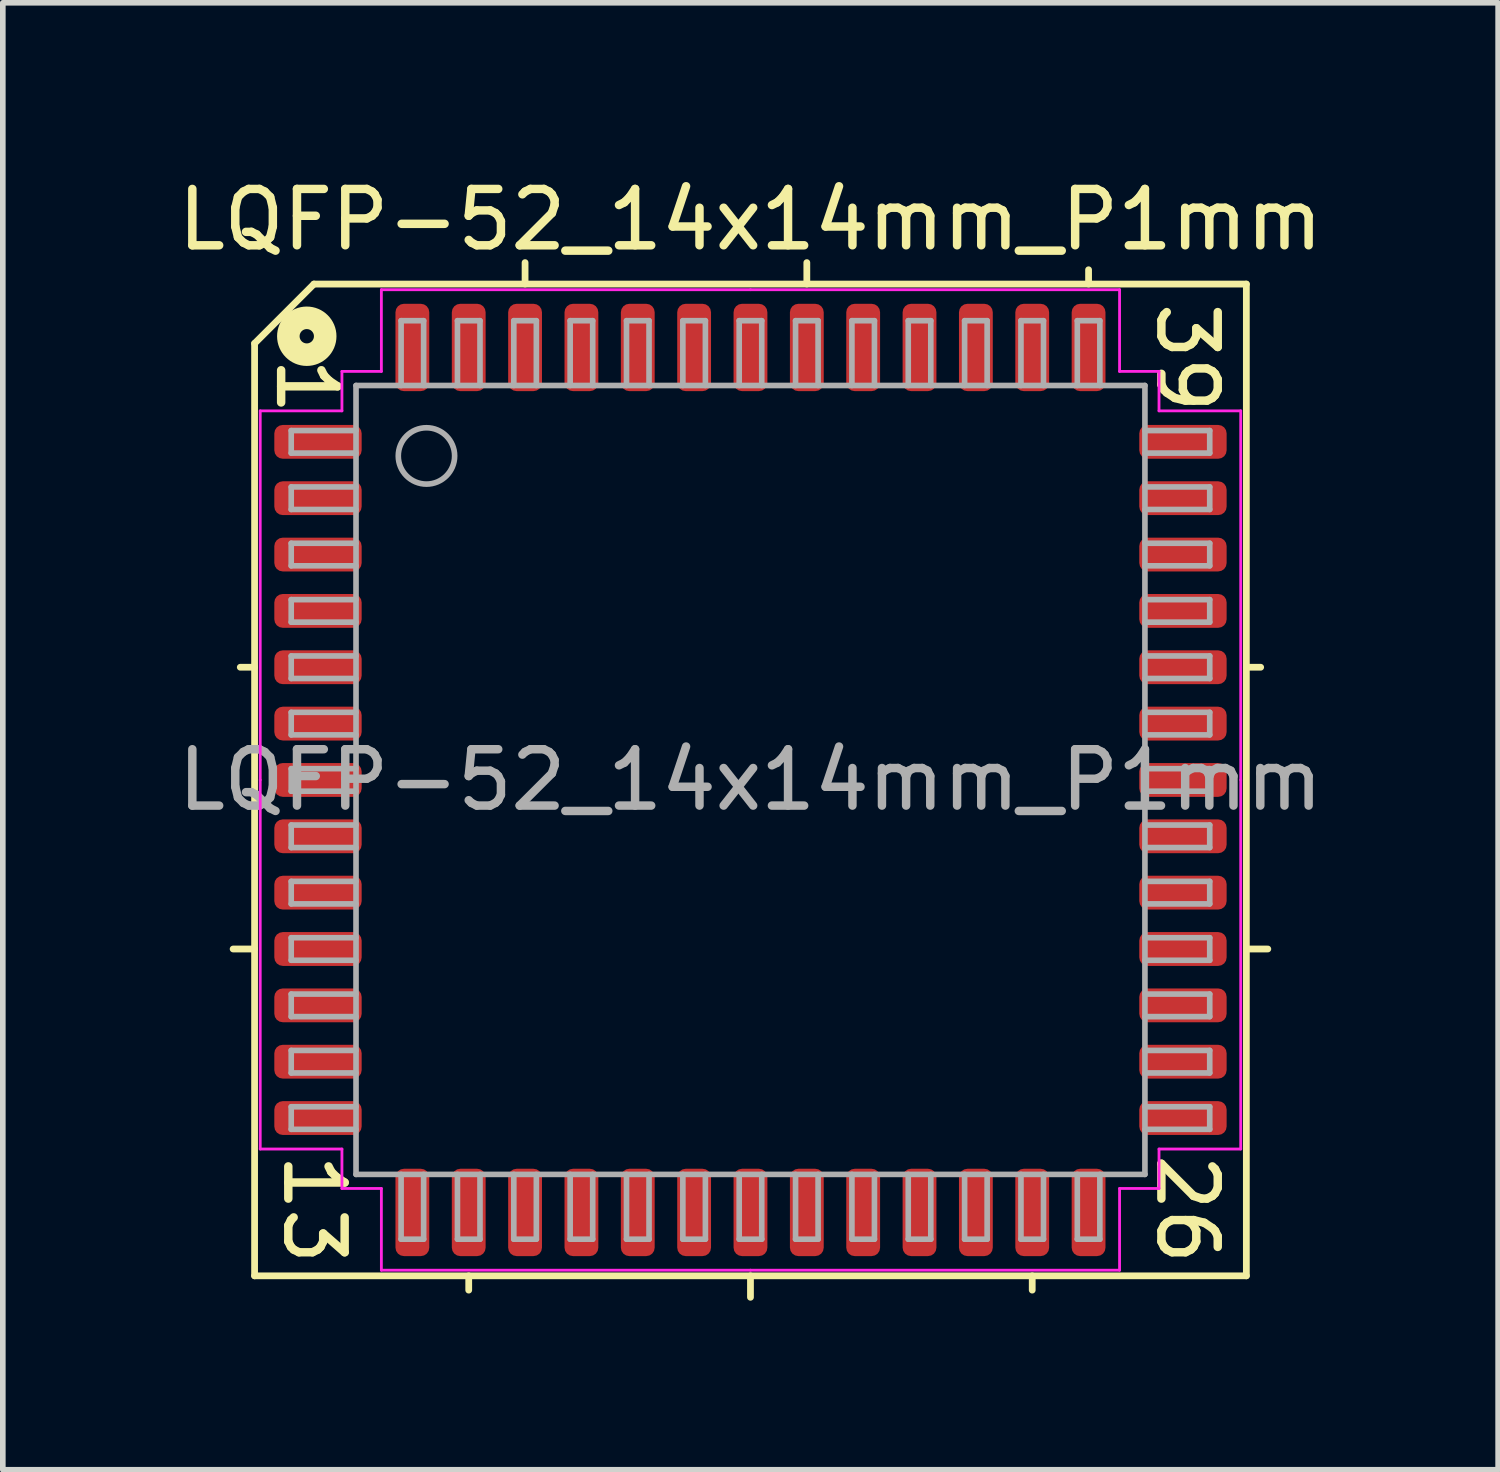
<source format=kicad_pcb>
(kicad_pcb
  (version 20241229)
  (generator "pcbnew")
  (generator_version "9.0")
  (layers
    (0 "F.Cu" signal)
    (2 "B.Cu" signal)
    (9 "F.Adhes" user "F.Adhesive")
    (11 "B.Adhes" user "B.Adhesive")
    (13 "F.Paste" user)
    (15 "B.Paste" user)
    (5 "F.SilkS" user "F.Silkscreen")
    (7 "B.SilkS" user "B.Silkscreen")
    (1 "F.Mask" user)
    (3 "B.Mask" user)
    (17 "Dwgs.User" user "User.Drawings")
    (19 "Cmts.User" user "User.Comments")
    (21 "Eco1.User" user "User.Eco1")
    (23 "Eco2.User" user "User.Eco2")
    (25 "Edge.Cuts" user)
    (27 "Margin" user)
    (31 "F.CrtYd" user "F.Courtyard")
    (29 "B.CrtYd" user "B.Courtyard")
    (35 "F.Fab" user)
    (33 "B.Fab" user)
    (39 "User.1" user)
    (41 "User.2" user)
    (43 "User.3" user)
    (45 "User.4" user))
  (footprint "LQFP-52_14x14mm_P1mm"
    (layer "F.Cu")
    (at 10.268 10.791)
    (property "Reference" "LQFP-52_14x14mm_P1mm" (at 0 -9.943 0) (layer "F.SilkS") (effects (font (size 1 1) (thickness 0.15))))
    (attr smd)
    (fp_line (start -8.8 -7.747) (end -8.8 8.8) (stroke (width 0.12) (type solid)) (layer "F.SilkS"))
    (fp_line (start -8.8 -2) (end -9.054 -2) (stroke (width 0.12) (type solid)) (layer "F.SilkS"))
    (fp_line (start -8.8 3) (end -9.181 3) (stroke (width 0.12) (type solid)) (layer "F.SilkS"))
    (fp_line (start -8.8 8.8) (end 8.8 8.8) (stroke (width 0.12) (type solid)) (layer "F.SilkS"))
    (fp_line (start -7.747 -8.8) (end -8.8 -7.747) (stroke (width 0.12) (type solid)) (layer "F.SilkS"))
    (fp_line (start -5 8.8) (end -5 9.054) (stroke (width 0.12) (type solid)) (layer "F.SilkS"))
    (fp_line (start -4 -8.8) (end -4 -9.181) (stroke (width 0.12) (type solid)) (layer "F.SilkS"))
    (fp_line (start 0 8.8) (end 0 9.181) (stroke (width 0.12) (type solid)) (layer "F.SilkS"))
    (fp_line (start 1 -9.181) (end 1 -8.8) (stroke (width 0.12) (type solid)) (layer "F.SilkS"))
    (fp_line (start 5 8.8) (end 5 9.054) (stroke (width 0.12) (type solid)) (layer "F.SilkS"))
    (fp_line (start 6 -8.8) (end 6 -9.054) (stroke (width 0.12) (type solid)) (layer "F.SilkS"))
    (fp_line (start 8.8 -8.8) (end -7.747 -8.8) (stroke (width 0.12) (type solid)) (layer "F.SilkS"))
    (fp_line (start 8.8 -2) (end 9.054 -2) (stroke (width 0.12) (type solid)) (layer "F.SilkS"))
    (fp_line (start 8.8 3) (end 9.181 3) (stroke (width 0.12) (type solid)) (layer "F.SilkS"))
    (fp_line (start 8.8 8.8) (end 8.8 -8.8) (stroke (width 0.12) (type solid)) (layer "F.SilkS"))
    (fp_circle (center -7.874 -7.874) (end -7.747 -7.874) (stroke (width 0.4) (type solid)) (fill no) (layer "F.SilkS"))
    (fp_line (start -8.7 -6.55) (end -8.7 0) (stroke (width 0.05) (type solid)) (layer "F.CrtYd"))
    (fp_line (start -8.7 6.55) (end -8.7 0) (stroke (width 0.05) (type solid)) (layer "F.CrtYd"))
    (fp_line (start -7.25 -7.25) (end -7.25 -6.55) (stroke (width 0.05) (type solid)) (layer "F.CrtYd"))
    (fp_line (start -7.25 -6.55) (end -8.7 -6.55) (stroke (width 0.05) (type solid)) (layer "F.CrtYd"))
    (fp_line (start -7.25 6.55) (end -8.7 6.55) (stroke (width 0.05) (type solid)) (layer "F.CrtYd"))
    (fp_line (start -7.25 7.25) (end -7.25 6.55) (stroke (width 0.05) (type solid)) (layer "F.CrtYd"))
    (fp_line (start -6.55 -8.7) (end -6.55 -7.25) (stroke (width 0.05) (type solid)) (layer "F.CrtYd"))
    (fp_line (start -6.55 -7.25) (end -7.25 -7.25) (stroke (width 0.05) (type solid)) (layer "F.CrtYd"))
    (fp_line (start -6.55 7.25) (end -7.25 7.25) (stroke (width 0.05) (type solid)) (layer "F.CrtYd"))
    (fp_line (start -6.55 8.7) (end -6.55 7.25) (stroke (width 0.05) (type solid)) (layer "F.CrtYd"))
    (fp_line (start 0 -8.7) (end -6.55 -8.7) (stroke (width 0.05) (type solid)) (layer "F.CrtYd"))
    (fp_line (start 0 -8.7) (end 6.55 -8.7) (stroke (width 0.05) (type solid)) (layer "F.CrtYd"))
    (fp_line (start 0 8.7) (end -6.55 8.7) (stroke (width 0.05) (type solid)) (layer "F.CrtYd"))
    (fp_line (start 0 8.7) (end 6.55 8.7) (stroke (width 0.05) (type solid)) (layer "F.CrtYd"))
    (fp_line (start 6.55 -8.7) (end 6.55 -7.25) (stroke (width 0.05) (type solid)) (layer "F.CrtYd"))
    (fp_line (start 6.55 -7.25) (end 7.25 -7.25) (stroke (width 0.05) (type solid)) (layer "F.CrtYd"))
    (fp_line (start 6.55 7.25) (end 7.25 7.25) (stroke (width 0.05) (type solid)) (layer "F.CrtYd"))
    (fp_line (start 6.55 8.7) (end 6.55 7.25) (stroke (width 0.05) (type solid)) (layer "F.CrtYd"))
    (fp_line (start 7.25 -7.25) (end 7.25 -6.55) (stroke (width 0.05) (type solid)) (layer "F.CrtYd"))
    (fp_line (start 7.25 -6.55) (end 8.7 -6.55) (stroke (width 0.05) (type solid)) (layer "F.CrtYd"))
    (fp_line (start 7.25 6.55) (end 8.7 6.55) (stroke (width 0.05) (type solid)) (layer "F.CrtYd"))
    (fp_line (start 7.25 7.25) (end 7.25 6.55) (stroke (width 0.05) (type solid)) (layer "F.CrtYd"))
    (fp_line (start 8.7 -6.55) (end 8.7 0) (stroke (width 0.05) (type solid)) (layer "F.CrtYd"))
    (fp_line (start 8.7 6.55) (end 8.7 0) (stroke (width 0.05) (type solid)) (layer "F.CrtYd"))
    (fp_line (start -8.15 -6.2) (end -8.15 -5.8) (stroke (width 0.1) (type solid)) (layer "F.Fab"))
    (fp_line (start -8.15 -6.2) (end -7 -6.2) (stroke (width 0.1) (type solid)) (layer "F.Fab"))
    (fp_line (start -8.15 -5.8) (end -7 -5.8) (stroke (width 0.1) (type solid)) (layer "F.Fab"))
    (fp_line (start -8.15 -5.2) (end -8.15 -4.8) (stroke (width 0.1) (type solid)) (layer "F.Fab"))
    (fp_line (start -8.15 -5.2) (end -7 -5.2) (stroke (width 0.1) (type solid)) (layer "F.Fab"))
    (fp_line (start -8.15 -4.8) (end -7 -4.8) (stroke (width 0.1) (type solid)) (layer "F.Fab"))
    (fp_line (start -8.15 -4.2) (end -8.15 -3.8) (stroke (width 0.1) (type solid)) (layer "F.Fab"))
    (fp_line (start -8.15 -4.2) (end -7 -4.2) (stroke (width 0.1) (type solid)) (layer "F.Fab"))
    (fp_line (start -8.15 -3.8) (end -7 -3.8) (stroke (width 0.1) (type solid)) (layer "F.Fab"))
    (fp_line (start -8.15 -3.2) (end -8.15 -2.8) (stroke (width 0.1) (type solid)) (layer "F.Fab"))
    (fp_line (start -8.15 -3.2) (end -7 -3.2) (stroke (width 0.1) (type solid)) (layer "F.Fab"))
    (fp_line (start -8.15 -2.8) (end -7 -2.8) (stroke (width 0.1) (type solid)) (layer "F.Fab"))
    (fp_line (start -8.15 -2.2) (end -8.15 -1.8) (stroke (width 0.1) (type solid)) (layer "F.Fab"))
    (fp_line (start -8.15 -2.2) (end -7 -2.2) (stroke (width 0.1) (type solid)) (layer "F.Fab"))
    (fp_line (start -8.15 -1.8) (end -7 -1.8) (stroke (width 0.1) (type solid)) (layer "F.Fab"))
    (fp_line (start -8.15 -1.2) (end -8.15 -0.8) (stroke (width 0.1) (type solid)) (layer "F.Fab"))
    (fp_line (start -8.15 -1.2) (end -7 -1.2) (stroke (width 0.1) (type solid)) (layer "F.Fab"))
    (fp_line (start -8.15 -0.8) (end -7 -0.8) (stroke (width 0.1) (type solid)) (layer "F.Fab"))
    (fp_line (start -8.15 -0.2) (end -8.15 0.2) (stroke (width 0.1) (type solid)) (layer "F.Fab"))
    (fp_line (start -8.15 -0.2) (end -7 -0.2) (stroke (width 0.1) (type solid)) (layer "F.Fab"))
    (fp_line (start -8.15 0.2) (end -7 0.2) (stroke (width 0.1) (type solid)) (layer "F.Fab"))
    (fp_line (start -8.15 0.8) (end -8.15 1.2) (stroke (width 0.1) (type solid)) (layer "F.Fab"))
    (fp_line (start -8.15 0.8) (end -7 0.8) (stroke (width 0.1) (type solid)) (layer "F.Fab"))
    (fp_line (start -8.15 1.2) (end -7 1.2) (stroke (width 0.1) (type solid)) (layer "F.Fab"))
    (fp_line (start -8.15 1.8) (end -8.15 2.2) (stroke (width 0.1) (type solid)) (layer "F.Fab"))
    (fp_line (start -8.15 1.8) (end -7 1.8) (stroke (width 0.1) (type solid)) (layer "F.Fab"))
    (fp_line (start -8.15 2.2) (end -7 2.2) (stroke (width 0.1) (type solid)) (layer "F.Fab"))
    (fp_line (start -8.15 2.8) (end -8.15 3.2) (stroke (width 0.1) (type solid)) (layer "F.Fab"))
    (fp_line (start -8.15 2.8) (end -7 2.8) (stroke (width 0.1) (type solid)) (layer "F.Fab"))
    (fp_line (start -8.15 3.2) (end -7 3.2) (stroke (width 0.1) (type solid)) (layer "F.Fab"))
    (fp_line (start -8.15 3.8) (end -8.15 4.2) (stroke (width 0.1) (type solid)) (layer "F.Fab"))
    (fp_line (start -8.15 3.8) (end -7 3.8) (stroke (width 0.1) (type solid)) (layer "F.Fab"))
    (fp_line (start -8.15 4.2) (end -7 4.2) (stroke (width 0.1) (type solid)) (layer "F.Fab"))
    (fp_line (start -8.15 4.8) (end -8.15 5.2) (stroke (width 0.1) (type solid)) (layer "F.Fab"))
    (fp_line (start -8.15 4.8) (end -7 4.8) (stroke (width 0.1) (type solid)) (layer "F.Fab"))
    (fp_line (start -8.15 5.2) (end -7 5.2) (stroke (width 0.1) (type solid)) (layer "F.Fab"))
    (fp_line (start -8.15 5.8) (end -8.15 6.2) (stroke (width 0.1) (type solid)) (layer "F.Fab"))
    (fp_line (start -8.15 5.8) (end -7 5.8) (stroke (width 0.1) (type solid)) (layer "F.Fab"))
    (fp_line (start -8.15 6.2) (end -7 6.2) (stroke (width 0.1) (type solid)) (layer "F.Fab"))
    (fp_line (start -7 -7) (end 7 -7) (stroke (width 0.1) (type solid)) (layer "F.Fab"))
    (fp_line (start -7 7) (end -7 -7) (stroke (width 0.1) (type solid)) (layer "F.Fab"))
    (fp_line (start -6.2 -8.15) (end -6.2 -7) (stroke (width 0.1) (type solid)) (layer "F.Fab"))
    (fp_line (start -6.2 8.15) (end -6.2 7) (stroke (width 0.1) (type solid)) (layer "F.Fab"))
    (fp_line (start -6.2 8.15) (end -5.8 8.15) (stroke (width 0.1) (type solid)) (layer "F.Fab"))
    (fp_line (start -5.8 -8.15) (end -6.2 -8.15) (stroke (width 0.1) (type solid)) (layer "F.Fab"))
    (fp_line (start -5.8 -8.15) (end -5.8 -7) (stroke (width 0.1) (type solid)) (layer "F.Fab"))
    (fp_line (start -5.8 8.15) (end -5.8 7) (stroke (width 0.1) (type solid)) (layer "F.Fab"))
    (fp_line (start -5.2 -8.15) (end -5.2 -7) (stroke (width 0.1) (type solid)) (layer "F.Fab"))
    (fp_line (start -5.2 8.15) (end -5.2 7) (stroke (width 0.1) (type solid)) (layer "F.Fab"))
    (fp_line (start -5.2 8.15) (end -4.8 8.15) (stroke (width 0.1) (type solid)) (layer "F.Fab"))
    (fp_line (start -4.8 -8.15) (end -5.2 -8.15) (stroke (width 0.1) (type solid)) (layer "F.Fab"))
    (fp_line (start -4.8 -8.15) (end -4.8 -7) (stroke (width 0.1) (type solid)) (layer "F.Fab"))
    (fp_line (start -4.8 8.15) (end -4.8 7) (stroke (width 0.1) (type solid)) (layer "F.Fab"))
    (fp_line (start -4.2 -8.15) (end -4.2 -7) (stroke (width 0.1) (type solid)) (layer "F.Fab"))
    (fp_line (start -4.2 8.15) (end -4.2 7) (stroke (width 0.1) (type solid)) (layer "F.Fab"))
    (fp_line (start -4.2 8.15) (end -3.8 8.15) (stroke (width 0.1) (type solid)) (layer "F.Fab"))
    (fp_line (start -3.8 -8.15) (end -4.2 -8.15) (stroke (width 0.1) (type solid)) (layer "F.Fab"))
    (fp_line (start -3.8 -8.15) (end -3.8 -7) (stroke (width 0.1) (type solid)) (layer "F.Fab"))
    (fp_line (start -3.8 8.15) (end -3.8 7) (stroke (width 0.1) (type solid)) (layer "F.Fab"))
    (fp_line (start -3.2 -8.15) (end -3.2 -7) (stroke (width 0.1) (type solid)) (layer "F.Fab"))
    (fp_line (start -3.2 8.15) (end -3.2 7) (stroke (width 0.1) (type solid)) (layer "F.Fab"))
    (fp_line (start -3.2 8.15) (end -2.8 8.15) (stroke (width 0.1) (type solid)) (layer "F.Fab"))
    (fp_line (start -2.8 -8.15) (end -3.2 -8.15) (stroke (width 0.1) (type solid)) (layer "F.Fab"))
    (fp_line (start -2.8 -8.15) (end -2.8 -7) (stroke (width 0.1) (type solid)) (layer "F.Fab"))
    (fp_line (start -2.8 8.15) (end -2.8 7) (stroke (width 0.1) (type solid)) (layer "F.Fab"))
    (fp_line (start -2.2 -8.15) (end -2.2 -7) (stroke (width 0.1) (type solid)) (layer "F.Fab"))
    (fp_line (start -2.2 8.15) (end -2.2 7) (stroke (width 0.1) (type solid)) (layer "F.Fab"))
    (fp_line (start -2.2 8.15) (end -1.8 8.15) (stroke (width 0.1) (type solid)) (layer "F.Fab"))
    (fp_line (start -1.8 -8.15) (end -2.2 -8.15) (stroke (width 0.1) (type solid)) (layer "F.Fab"))
    (fp_line (start -1.8 -8.15) (end -1.8 -7) (stroke (width 0.1) (type solid)) (layer "F.Fab"))
    (fp_line (start -1.8 8.15) (end -1.8 7) (stroke (width 0.1) (type solid)) (layer "F.Fab"))
    (fp_line (start -1.2 -8.15) (end -1.2 -7) (stroke (width 0.1) (type solid)) (layer "F.Fab"))
    (fp_line (start -1.2 8.15) (end -1.2 7) (stroke (width 0.1) (type solid)) (layer "F.Fab"))
    (fp_line (start -1.2 8.15) (end -0.8 8.15) (stroke (width 0.1) (type solid)) (layer "F.Fab"))
    (fp_line (start -0.8 -8.15) (end -1.2 -8.15) (stroke (width 0.1) (type solid)) (layer "F.Fab"))
    (fp_line (start -0.8 -8.15) (end -0.8 -7) (stroke (width 0.1) (type solid)) (layer "F.Fab"))
    (fp_line (start -0.8 8.15) (end -0.8 7) (stroke (width 0.1) (type solid)) (layer "F.Fab"))
    (fp_line (start -0.2 -8.15) (end -0.2 -7) (stroke (width 0.1) (type solid)) (layer "F.Fab"))
    (fp_line (start -0.2 8.15) (end -0.2 7) (stroke (width 0.1) (type solid)) (layer "F.Fab"))
    (fp_line (start -0.2 8.15) (end 0.2 8.15) (stroke (width 0.1) (type solid)) (layer "F.Fab"))
    (fp_line (start 0.2 -8.15) (end -0.2 -8.15) (stroke (width 0.1) (type solid)) (layer "F.Fab"))
    (fp_line (start 0.2 -8.15) (end 0.2 -7) (stroke (width 0.1) (type solid)) (layer "F.Fab"))
    (fp_line (start 0.2 8.15) (end 0.2 7) (stroke (width 0.1) (type solid)) (layer "F.Fab"))
    (fp_line (start 0.8 -8.15) (end 0.8 -7) (stroke (width 0.1) (type solid)) (layer "F.Fab"))
    (fp_line (start 0.8 8.15) (end 0.8 7) (stroke (width 0.1) (type solid)) (layer "F.Fab"))
    (fp_line (start 0.8 8.15) (end 1.2 8.15) (stroke (width 0.1) (type solid)) (layer "F.Fab"))
    (fp_line (start 1.2 -8.15) (end 0.8 -8.15) (stroke (width 0.1) (type solid)) (layer "F.Fab"))
    (fp_line (start 1.2 -8.15) (end 1.2 -7) (stroke (width 0.1) (type solid)) (layer "F.Fab"))
    (fp_line (start 1.2 8.15) (end 1.2 7) (stroke (width 0.1) (type solid)) (layer "F.Fab"))
    (fp_line (start 1.8 -8.15) (end 1.8 -7) (stroke (width 0.1) (type solid)) (layer "F.Fab"))
    (fp_line (start 1.8 8.15) (end 1.8 7) (stroke (width 0.1) (type solid)) (layer "F.Fab"))
    (fp_line (start 1.8 8.15) (end 2.2 8.15) (stroke (width 0.1) (type solid)) (layer "F.Fab"))
    (fp_line (start 2.2 -8.15) (end 1.8 -8.15) (stroke (width 0.1) (type solid)) (layer "F.Fab"))
    (fp_line (start 2.2 -8.15) (end 2.2 -7) (stroke (width 0.1) (type solid)) (layer "F.Fab"))
    (fp_line (start 2.2 8.15) (end 2.2 7) (stroke (width 0.1) (type solid)) (layer "F.Fab"))
    (fp_line (start 2.8 -8.15) (end 2.8 -7) (stroke (width 0.1) (type solid)) (layer "F.Fab"))
    (fp_line (start 2.8 8.15) (end 2.8 7) (stroke (width 0.1) (type solid)) (layer "F.Fab"))
    (fp_line (start 2.8 8.15) (end 3.2 8.15) (stroke (width 0.1) (type solid)) (layer "F.Fab"))
    (fp_line (start 3.2 -8.15) (end 2.8 -8.15) (stroke (width 0.1) (type solid)) (layer "F.Fab"))
    (fp_line (start 3.2 -8.15) (end 3.2 -7) (stroke (width 0.1) (type solid)) (layer "F.Fab"))
    (fp_line (start 3.2 8.15) (end 3.2 7) (stroke (width 0.1) (type solid)) (layer "F.Fab"))
    (fp_line (start 3.8 -8.15) (end 3.8 -7) (stroke (width 0.1) (type solid)) (layer "F.Fab"))
    (fp_line (start 3.8 8.15) (end 3.8 7) (stroke (width 0.1) (type solid)) (layer "F.Fab"))
    (fp_line (start 3.8 8.15) (end 4.2 8.15) (stroke (width 0.1) (type solid)) (layer "F.Fab"))
    (fp_line (start 4.2 -8.15) (end 3.8 -8.15) (stroke (width 0.1) (type solid)) (layer "F.Fab"))
    (fp_line (start 4.2 -8.15) (end 4.2 -7) (stroke (width 0.1) (type solid)) (layer "F.Fab"))
    (fp_line (start 4.2 8.15) (end 4.2 7) (stroke (width 0.1) (type solid)) (layer "F.Fab"))
    (fp_line (start 4.8 -8.15) (end 4.8 -7) (stroke (width 0.1) (type solid)) (layer "F.Fab"))
    (fp_line (start 4.8 8.15) (end 4.8 7) (stroke (width 0.1) (type solid)) (layer "F.Fab"))
    (fp_line (start 4.8 8.15) (end 5.2 8.15) (stroke (width 0.1) (type solid)) (layer "F.Fab"))
    (fp_line (start 5.2 -8.15) (end 4.8 -8.15) (stroke (width 0.1) (type solid)) (layer "F.Fab"))
    (fp_line (start 5.2 -8.15) (end 5.2 -7) (stroke (width 0.1) (type solid)) (layer "F.Fab"))
    (fp_line (start 5.2 8.15) (end 5.2 7) (stroke (width 0.1) (type solid)) (layer "F.Fab"))
    (fp_line (start 5.8 -8.15) (end 5.8 -7) (stroke (width 0.1) (type solid)) (layer "F.Fab"))
    (fp_line (start 5.8 8.15) (end 5.8 7) (stroke (width 0.1) (type solid)) (layer "F.Fab"))
    (fp_line (start 5.8 8.15) (end 6.2 8.15) (stroke (width 0.1) (type solid)) (layer "F.Fab"))
    (fp_line (start 6.2 -8.15) (end 5.8 -8.15) (stroke (width 0.1) (type solid)) (layer "F.Fab"))
    (fp_line (start 6.2 -8.15) (end 6.2 -7) (stroke (width 0.1) (type solid)) (layer "F.Fab"))
    (fp_line (start 6.2 8.15) (end 6.2 7) (stroke (width 0.1) (type solid)) (layer "F.Fab"))
    (fp_line (start 7 -7) (end 7 7) (stroke (width 0.1) (type solid)) (layer "F.Fab"))
    (fp_line (start 7 7) (end -7 7) (stroke (width 0.1) (type solid)) (layer "F.Fab"))
    (fp_line (start 8.15 -6.2) (end 7 -6.2) (stroke (width 0.1) (type solid)) (layer "F.Fab"))
    (fp_line (start 8.15 -5.8) (end 7 -5.8) (stroke (width 0.1) (type solid)) (layer "F.Fab"))
    (fp_line (start 8.15 -5.8) (end 8.15 -6.2) (stroke (width 0.1) (type solid)) (layer "F.Fab"))
    (fp_line (start 8.15 -5.2) (end 7 -5.2) (stroke (width 0.1) (type solid)) (layer "F.Fab"))
    (fp_line (start 8.15 -4.8) (end 7 -4.8) (stroke (width 0.1) (type solid)) (layer "F.Fab"))
    (fp_line (start 8.15 -4.8) (end 8.15 -5.2) (stroke (width 0.1) (type solid)) (layer "F.Fab"))
    (fp_line (start 8.15 -4.2) (end 7 -4.2) (stroke (width 0.1) (type solid)) (layer "F.Fab"))
    (fp_line (start 8.15 -3.8) (end 7 -3.8) (stroke (width 0.1) (type solid)) (layer "F.Fab"))
    (fp_line (start 8.15 -3.8) (end 8.15 -4.2) (stroke (width 0.1) (type solid)) (layer "F.Fab"))
    (fp_line (start 8.15 -3.2) (end 7 -3.2) (stroke (width 0.1) (type solid)) (layer "F.Fab"))
    (fp_line (start 8.15 -2.8) (end 7 -2.8) (stroke (width 0.1) (type solid)) (layer "F.Fab"))
    (fp_line (start 8.15 -2.8) (end 8.15 -3.2) (stroke (width 0.1) (type solid)) (layer "F.Fab"))
    (fp_line (start 8.15 -2.2) (end 7 -2.2) (stroke (width 0.1) (type solid)) (layer "F.Fab"))
    (fp_line (start 8.15 -1.8) (end 7 -1.8) (stroke (width 0.1) (type solid)) (layer "F.Fab"))
    (fp_line (start 8.15 -1.8) (end 8.15 -2.2) (stroke (width 0.1) (type solid)) (layer "F.Fab"))
    (fp_line (start 8.15 -1.2) (end 7 -1.2) (stroke (width 0.1) (type solid)) (layer "F.Fab"))
    (fp_line (start 8.15 -0.8) (end 7 -0.8) (stroke (width 0.1) (type solid)) (layer "F.Fab"))
    (fp_line (start 8.15 -0.8) (end 8.15 -1.2) (stroke (width 0.1) (type solid)) (layer "F.Fab"))
    (fp_line (start 8.15 -0.2) (end 7 -0.2) (stroke (width 0.1) (type solid)) (layer "F.Fab"))
    (fp_line (start 8.15 0.2) (end 7 0.2) (stroke (width 0.1) (type solid)) (layer "F.Fab"))
    (fp_line (start 8.15 0.2) (end 8.15 -0.2) (stroke (width 0.1) (type solid)) (layer "F.Fab"))
    (fp_line (start 8.15 0.8) (end 7 0.8) (stroke (width 0.1) (type solid)) (layer "F.Fab"))
    (fp_line (start 8.15 1.2) (end 7 1.2) (stroke (width 0.1) (type solid)) (layer "F.Fab"))
    (fp_line (start 8.15 1.2) (end 8.15 0.8) (stroke (width 0.1) (type solid)) (layer "F.Fab"))
    (fp_line (start 8.15 1.8) (end 7 1.8) (stroke (width 0.1) (type solid)) (layer "F.Fab"))
    (fp_line (start 8.15 2.2) (end 7 2.2) (stroke (width 0.1) (type solid)) (layer "F.Fab"))
    (fp_line (start 8.15 2.2) (end 8.15 1.8) (stroke (width 0.1) (type solid)) (layer "F.Fab"))
    (fp_line (start 8.15 2.8) (end 7 2.8) (stroke (width 0.1) (type solid)) (layer "F.Fab"))
    (fp_line (start 8.15 3.2) (end 7 3.2) (stroke (width 0.1) (type solid)) (layer "F.Fab"))
    (fp_line (start 8.15 3.2) (end 8.15 2.8) (stroke (width 0.1) (type solid)) (layer "F.Fab"))
    (fp_line (start 8.15 3.8) (end 7 3.8) (stroke (width 0.1) (type solid)) (layer "F.Fab"))
    (fp_line (start 8.15 4.2) (end 7 4.2) (stroke (width 0.1) (type solid)) (layer "F.Fab"))
    (fp_line (start 8.15 4.2) (end 8.15 3.8) (stroke (width 0.1) (type solid)) (layer "F.Fab"))
    (fp_line (start 8.15 4.8) (end 7 4.8) (stroke (width 0.1) (type solid)) (layer "F.Fab"))
    (fp_line (start 8.15 5.2) (end 7 5.2) (stroke (width 0.1) (type solid)) (layer "F.Fab"))
    (fp_line (start 8.15 5.2) (end 8.15 4.8) (stroke (width 0.1) (type solid)) (layer "F.Fab"))
    (fp_line (start 8.15 5.8) (end 7 5.8) (stroke (width 0.1) (type solid)) (layer "F.Fab"))
    (fp_line (start 8.15 6.2) (end 7 6.2) (stroke (width 0.1) (type solid)) (layer "F.Fab"))
    (fp_line (start 8.15 6.2) (end 8.15 5.8) (stroke (width 0.1) (type solid)) (layer "F.Fab"))
    (fp_circle (center -5.75 -5.75) (end -5.25 -5.75) (stroke (width 0.1) (type solid)) (fill no) (layer "F.Fab"))
    (fp_text user "13" (at -7.747 7.62 270) (unlocked yes) (layer "F.SilkS") (effects (font (size 1 1) (thickness 0.15))))
    (fp_text user "26" (at 7.747 7.62 270) (unlocked yes) (layer "F.SilkS") (effects (font (size 1 1) (thickness 0.15))))
    (fp_text user "1" (at -7.874 -6.985 270) (unlocked yes) (layer "F.SilkS") (effects (font (size 1 1) (thickness 0.15))))
    (fp_text user "39" (at 7.747 -7.493 270) (unlocked yes) (layer "F.SilkS") (effects (font (size 1 1) (thickness 0.15))))
    (fp_text user "${REFERENCE}" (at 0 0 0) (layer "F.Fab") (effects (font (size 1 1) (thickness 0.15))))
    (pad "1" smd roundrect (at -7.675 -6) (size 1.55 0.6) (layers "F.Cu" "F.Mask" "F.Paste") (roundrect_rratio 0.25))
    (pad "2" smd roundrect (at -7.675 -5) (size 1.55 0.6) (layers "F.Cu" "F.Mask" "F.Paste") (roundrect_rratio 0.25))
    (pad "3" smd roundrect (at -7.675 -4) (size 1.55 0.6) (layers "F.Cu" "F.Mask" "F.Paste") (roundrect_rratio 0.25))
    (pad "4" smd roundrect (at -7.675 -3) (size 1.55 0.6) (layers "F.Cu" "F.Mask" "F.Paste") (roundrect_rratio 0.25))
    (pad "5" smd roundrect (at -7.675 -2) (size 1.55 0.6) (layers "F.Cu" "F.Mask" "F.Paste") (roundrect_rratio 0.25))
    (pad "6" smd roundrect (at -7.675 -1) (size 1.55 0.6) (layers "F.Cu" "F.Mask" "F.Paste") (roundrect_rratio 0.25))
    (pad "7" smd roundrect (at -7.675 0) (size 1.55 0.6) (layers "F.Cu" "F.Mask" "F.Paste") (roundrect_rratio 0.25))
    (pad "8" smd roundrect (at -7.675 1) (size 1.55 0.6) (layers "F.Cu" "F.Mask" "F.Paste") (roundrect_rratio 0.25))
    (pad "9" smd roundrect (at -7.675 2) (size 1.55 0.6) (layers "F.Cu" "F.Mask" "F.Paste") (roundrect_rratio 0.25))
    (pad "10" smd roundrect (at -7.675 3) (size 1.55 0.6) (layers "F.Cu" "F.Mask" "F.Paste") (roundrect_rratio 0.25))
    (pad "11" smd roundrect (at -7.675 4) (size 1.55 0.6) (layers "F.Cu" "F.Mask" "F.Paste") (roundrect_rratio 0.25))
    (pad "12" smd roundrect (at -7.675 5) (size 1.55 0.6) (layers "F.Cu" "F.Mask" "F.Paste") (roundrect_rratio 0.25))
    (pad "13" smd roundrect (at -7.675 6) (size 1.55 0.6) (layers "F.Cu" "F.Mask" "F.Paste") (roundrect_rratio 0.25))
    (pad "14" smd roundrect (at -6 7.675) (size 0.6 1.55) (layers "F.Cu" "F.Mask" "F.Paste") (roundrect_rratio 0.25))
    (pad "15" smd roundrect (at -5 7.675) (size 0.6 1.55) (layers "F.Cu" "F.Mask" "F.Paste") (roundrect_rratio 0.25))
    (pad "16" smd roundrect (at -4 7.675) (size 0.6 1.55) (layers "F.Cu" "F.Mask" "F.Paste") (roundrect_rratio 0.25))
    (pad "17" smd roundrect (at -3 7.675) (size 0.6 1.55) (layers "F.Cu" "F.Mask" "F.Paste") (roundrect_rratio 0.25))
    (pad "18" smd roundrect (at -2 7.675) (size 0.6 1.55) (layers "F.Cu" "F.Mask" "F.Paste") (roundrect_rratio 0.25))
    (pad "19" smd roundrect (at -1 7.675) (size 0.6 1.55) (layers "F.Cu" "F.Mask" "F.Paste") (roundrect_rratio 0.25))
    (pad "20" smd roundrect (at 0 7.675) (size 0.6 1.55) (layers "F.Cu" "F.Mask" "F.Paste") (roundrect_rratio 0.25))
    (pad "21" smd roundrect (at 1 7.675) (size 0.6 1.55) (layers "F.Cu" "F.Mask" "F.Paste") (roundrect_rratio 0.25))
    (pad "22" smd roundrect (at 2 7.675) (size 0.6 1.55) (layers "F.Cu" "F.Mask" "F.Paste") (roundrect_rratio 0.25))
    (pad "23" smd roundrect (at 3 7.675) (size 0.6 1.55) (layers "F.Cu" "F.Mask" "F.Paste") (roundrect_rratio 0.25))
    (pad "24" smd roundrect (at 4 7.675) (size 0.6 1.55) (layers "F.Cu" "F.Mask" "F.Paste") (roundrect_rratio 0.25))
    (pad "25" smd roundrect (at 5 7.675) (size 0.6 1.55) (layers "F.Cu" "F.Mask" "F.Paste") (roundrect_rratio 0.25))
    (pad "26" smd roundrect (at 6 7.675) (size 0.6 1.55) (layers "F.Cu" "F.Mask" "F.Paste") (roundrect_rratio 0.25))
    (pad "27" smd roundrect (at 7.675 6) (size 1.55 0.6) (layers "F.Cu" "F.Mask" "F.Paste") (roundrect_rratio 0.25))
    (pad "28" smd roundrect (at 7.675 5) (size 1.55 0.6) (layers "F.Cu" "F.Mask" "F.Paste") (roundrect_rratio 0.25))
    (pad "29" smd roundrect (at 7.675 4) (size 1.55 0.6) (layers "F.Cu" "F.Mask" "F.Paste") (roundrect_rratio 0.25))
    (pad "30" smd roundrect (at 7.675 3) (size 1.55 0.6) (layers "F.Cu" "F.Mask" "F.Paste") (roundrect_rratio 0.25))
    (pad "31" smd roundrect (at 7.675 2) (size 1.55 0.6) (layers "F.Cu" "F.Mask" "F.Paste") (roundrect_rratio 0.25))
    (pad "32" smd roundrect (at 7.675 1) (size 1.55 0.6) (layers "F.Cu" "F.Mask" "F.Paste") (roundrect_rratio 0.25))
    (pad "33" smd roundrect (at 7.675 0) (size 1.55 0.6) (layers "F.Cu" "F.Mask" "F.Paste") (roundrect_rratio 0.25))
    (pad "34" smd roundrect (at 7.675 -1) (size 1.55 0.6) (layers "F.Cu" "F.Mask" "F.Paste") (roundrect_rratio 0.25))
    (pad "35" smd roundrect (at 7.675 -2) (size 1.55 0.6) (layers "F.Cu" "F.Mask" "F.Paste") (roundrect_rratio 0.25))
    (pad "36" smd roundrect (at 7.675 -3) (size 1.55 0.6) (layers "F.Cu" "F.Mask" "F.Paste") (roundrect_rratio 0.25))
    (pad "37" smd roundrect (at 7.675 -4) (size 1.55 0.6) (layers "F.Cu" "F.Mask" "F.Paste") (roundrect_rratio 0.25))
    (pad "38" smd roundrect (at 7.675 -5) (size 1.55 0.6) (layers "F.Cu" "F.Mask" "F.Paste") (roundrect_rratio 0.25))
    (pad "39" smd roundrect (at 7.675 -6) (size 1.55 0.6) (layers "F.Cu" "F.Mask" "F.Paste") (roundrect_rratio 0.25))
    (pad "40" smd roundrect (at 6 -7.675) (size 0.6 1.55) (layers "F.Cu" "F.Mask" "F.Paste") (roundrect_rratio 0.25))
    (pad "41" smd roundrect (at 5 -7.675) (size 0.6 1.55) (layers "F.Cu" "F.Mask" "F.Paste") (roundrect_rratio 0.25))
    (pad "42" smd roundrect (at 4 -7.675) (size 0.6 1.55) (layers "F.Cu" "F.Mask" "F.Paste") (roundrect_rratio 0.25))
    (pad "43" smd roundrect (at 3 -7.675) (size 0.6 1.55) (layers "F.Cu" "F.Mask" "F.Paste") (roundrect_rratio 0.25))
    (pad "44" smd roundrect (at 2 -7.675) (size 0.6 1.55) (layers "F.Cu" "F.Mask" "F.Paste") (roundrect_rratio 0.25))
    (pad "45" smd roundrect (at 1 -7.675) (size 0.6 1.55) (layers "F.Cu" "F.Mask" "F.Paste") (roundrect_rratio 0.25))
    (pad "46" smd roundrect (at 0 -7.675) (size 0.6 1.55) (layers "F.Cu" "F.Mask" "F.Paste") (roundrect_rratio 0.25))
    (pad "47" smd roundrect (at -1 -7.675) (size 0.6 1.55) (layers "F.Cu" "F.Mask" "F.Paste") (roundrect_rratio 0.25))
    (pad "48" smd roundrect (at -2 -7.675) (size 0.6 1.55) (layers "F.Cu" "F.Mask" "F.Paste") (roundrect_rratio 0.25))
    (pad "49" smd roundrect (at -3 -7.675) (size 0.6 1.55) (layers "F.Cu" "F.Mask" "F.Paste") (roundrect_rratio 0.25))
    (pad "50" smd roundrect (at -4 -7.675) (size 0.6 1.55) (layers "F.Cu" "F.Mask" "F.Paste") (roundrect_rratio 0.25))
    (pad "51" smd roundrect (at -5 -7.675) (size 0.6 1.55) (layers "F.Cu" "F.Mask" "F.Paste") (roundrect_rratio 0.25))
    (pad "52" smd roundrect (at -6 -7.675) (size 0.6 1.55) (layers "F.Cu" "F.Mask" "F.Paste") (roundrect_rratio 0.25)))
  (gr_rect
    (start -3 -3)
    (end 23.536 23.032)
    (stroke (width 0.1) (type default))
    (fill no)
    (layer "Edge.Cuts")))
</source>
